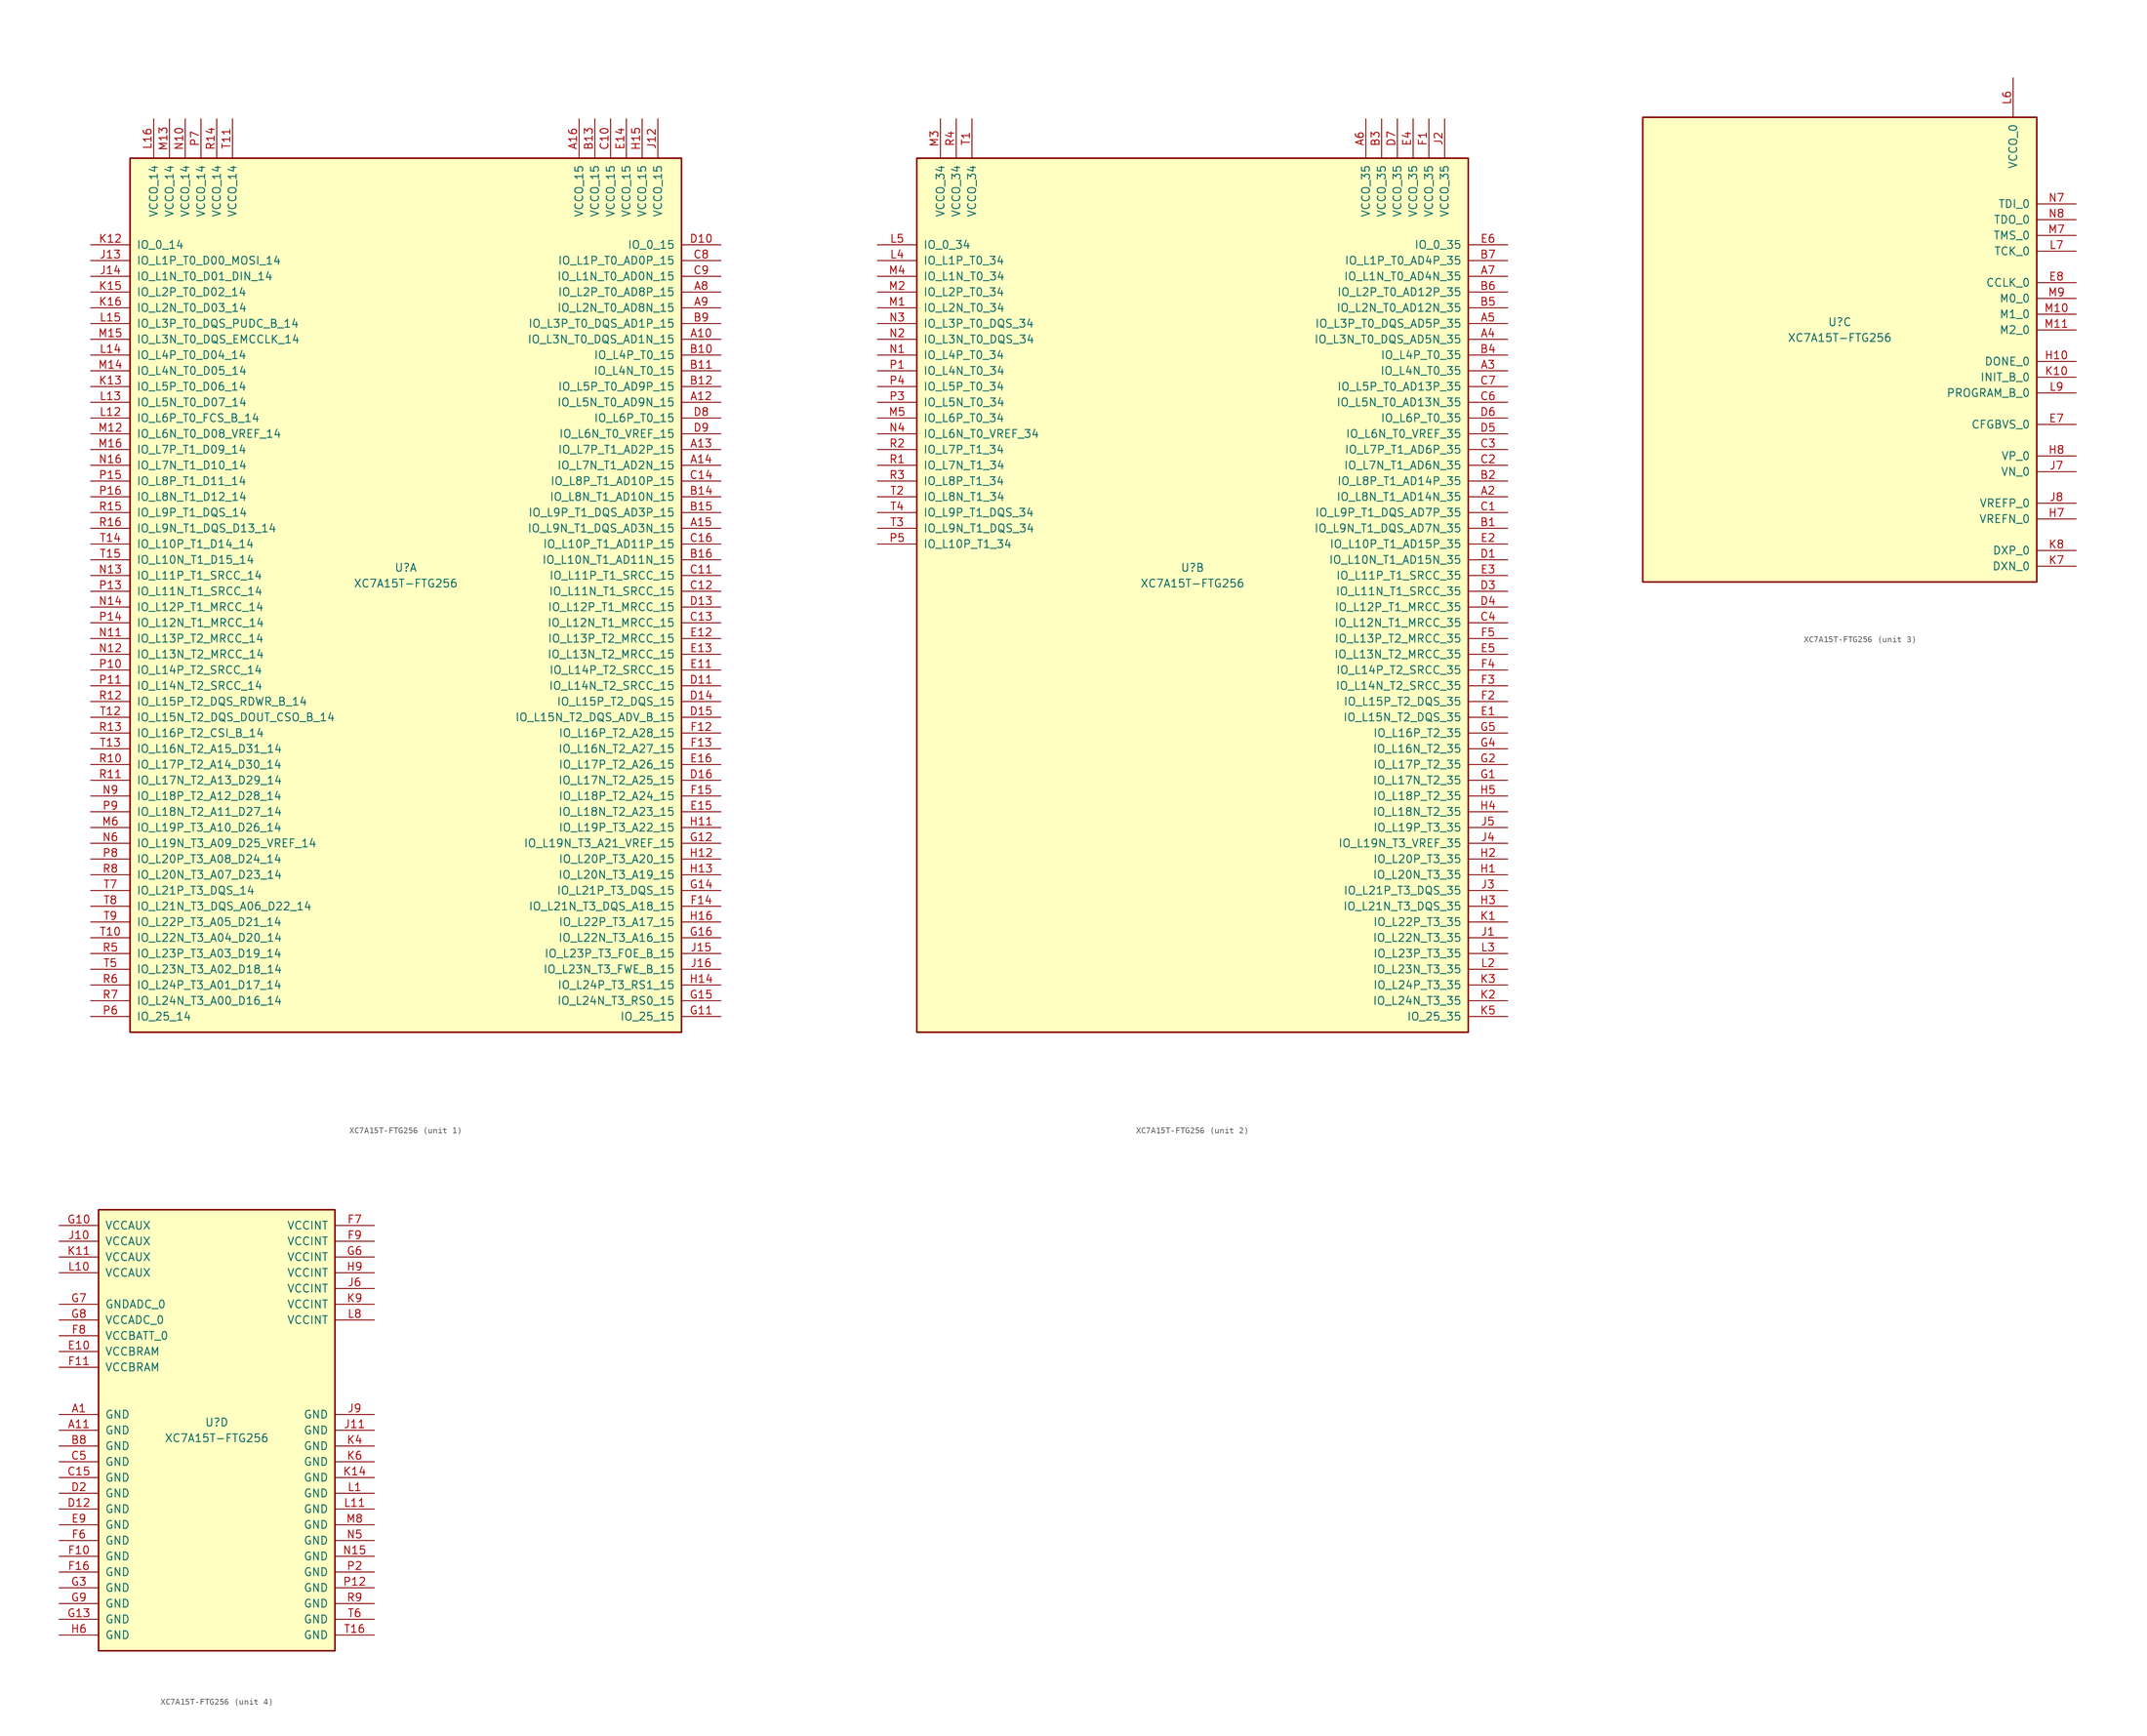
<source format=kicad_sym>
(kicad_symbol_lib
  (version 20241209)
  (generator "kicad_symbol_editor")
  (generator_version "9.0")
  (symbol "XC7A15T-FTG256"
    (pin_names
      (offset 1.016))
    (property "Reference" "U"
      (at 0 1.27 0)
      (effects (font (size 1.27 1.27))))
    (property "Value" "XC7A15T-FTG256"
      (at 0 -1.27 0)
      (effects (font (size 1.27 1.27))))
    (property "Datasheet" ""
      (at 0 0 0)
      (effects (font (size 1.27 1.27))))
    (property "ki_locked" ""
      (at 0 0 0)
      (effects (font (size 1.27 1.27))))
    (symbol "XC7A15T-FTG256_1_1"
      (rectangle (start -44.45 67.31) (end 44.45 -73.66) (stroke (width 0.254) (type default)) (fill (type background)))
      (pin bidirectional line (at -50.8 53.34 0) (length 6.35) (name "IO_0_14" (effects (font (size 1.27 1.27)))) (number "K12" (effects (font (size 1.27 1.27)))))
      (pin bidirectional line (at -50.8 50.8 0) (length 6.35) (name "IO_L1P_T0_D00_MOSI_14" (effects (font (size 1.27 1.27)))) (number "J13" (effects (font (size 1.27 1.27)))))
      (pin bidirectional line (at -50.8 48.26 0) (length 6.35) (name "IO_L1N_T0_D01_DIN_14" (effects (font (size 1.27 1.27)))) (number "J14" (effects (font (size 1.27 1.27)))))
      (pin bidirectional line (at -50.8 45.72 0) (length 6.35) (name "IO_L2P_T0_D02_14" (effects (font (size 1.27 1.27)))) (number "K15" (effects (font (size 1.27 1.27)))))
      (pin bidirectional line (at -50.8 43.18 0) (length 6.35) (name "IO_L2N_T0_D03_14" (effects (font (size 1.27 1.27)))) (number "K16" (effects (font (size 1.27 1.27)))))
      (pin bidirectional line (at -50.8 40.64 0) (length 6.35) (name "IO_L3P_T0_DQS_PUDC_B_14" (effects (font (size 1.27 1.27)))) (number "L15" (effects (font (size 1.27 1.27)))))
      (pin bidirectional line (at -50.8 38.1 0) (length 6.35) (name "IO_L3N_T0_DQS_EMCCLK_14" (effects (font (size 1.27 1.27)))) (number "M15" (effects (font (size 1.27 1.27)))))
      (pin bidirectional line (at -50.8 35.56 0) (length 6.35) (name "IO_L4P_T0_D04_14" (effects (font (size 1.27 1.27)))) (number "L14" (effects (font (size 1.27 1.27)))))
      (pin bidirectional line (at -50.8 33.02 0) (length 6.35) (name "IO_L4N_T0_D05_14" (effects (font (size 1.27 1.27)))) (number "M14" (effects (font (size 1.27 1.27)))))
      (pin bidirectional line (at -50.8 30.48 0) (length 6.35) (name "IO_L5P_T0_D06_14" (effects (font (size 1.27 1.27)))) (number "K13" (effects (font (size 1.27 1.27)))))
      (pin bidirectional line (at -50.8 27.94 0) (length 6.35) (name "IO_L5N_T0_D07_14" (effects (font (size 1.27 1.27)))) (number "L13" (effects (font (size 1.27 1.27)))))
      (pin bidirectional line (at -50.8 25.4 0) (length 6.35) (name "IO_L6P_T0_FCS_B_14" (effects (font (size 1.27 1.27)))) (number "L12" (effects (font (size 1.27 1.27)))))
      (pin bidirectional line (at -50.8 22.86 0) (length 6.35) (name "IO_L6N_T0_D08_VREF_14" (effects (font (size 1.27 1.27)))) (number "M12" (effects (font (size 1.27 1.27)))))
      (pin bidirectional line (at -50.8 20.32 0) (length 6.35) (name "IO_L7P_T1_D09_14" (effects (font (size 1.27 1.27)))) (number "M16" (effects (font (size 1.27 1.27)))))
      (pin bidirectional line (at -50.8 17.78 0) (length 6.35) (name "IO_L7N_T1_D10_14" (effects (font (size 1.27 1.27)))) (number "N16" (effects (font (size 1.27 1.27)))))
      (pin bidirectional line (at -50.8 15.24 0) (length 6.35) (name "IO_L8P_T1_D11_14" (effects (font (size 1.27 1.27)))) (number "P15" (effects (font (size 1.27 1.27)))))
      (pin bidirectional line (at -50.8 12.7 0) (length 6.35) (name "IO_L8N_T1_D12_14" (effects (font (size 1.27 1.27)))) (number "P16" (effects (font (size 1.27 1.27)))))
      (pin bidirectional line (at -50.8 10.16 0) (length 6.35) (name "IO_L9P_T1_DQS_14" (effects (font (size 1.27 1.27)))) (number "R15" (effects (font (size 1.27 1.27)))))
      (pin bidirectional line (at -50.8 7.62 0) (length 6.35) (name "IO_L9N_T1_DQS_D13_14" (effects (font (size 1.27 1.27)))) (number "R16" (effects (font (size 1.27 1.27)))))
      (pin bidirectional line (at -50.8 5.08 0) (length 6.35) (name "IO_L10P_T1_D14_14" (effects (font (size 1.27 1.27)))) (number "T14" (effects (font (size 1.27 1.27)))))
      (pin bidirectional line (at -50.8 2.54 0) (length 6.35) (name "IO_L10N_T1_D15_14" (effects (font (size 1.27 1.27)))) (number "T15" (effects (font (size 1.27 1.27)))))
      (pin bidirectional line (at -50.8 0 0) (length 6.35) (name "IO_L11P_T1_SRCC_14" (effects (font (size 1.27 1.27)))) (number "N13" (effects (font (size 1.27 1.27)))))
      (pin bidirectional line (at -50.8 -2.54 0) (length 6.35) (name "IO_L11N_T1_SRCC_14" (effects (font (size 1.27 1.27)))) (number "P13" (effects (font (size 1.27 1.27)))))
      (pin bidirectional line (at -50.8 -5.08 0) (length 6.35) (name "IO_L12P_T1_MRCC_14" (effects (font (size 1.27 1.27)))) (number "N14" (effects (font (size 1.27 1.27)))))
      (pin bidirectional line (at -50.8 -7.62 0) (length 6.35) (name "IO_L12N_T1_MRCC_14" (effects (font (size 1.27 1.27)))) (number "P14" (effects (font (size 1.27 1.27)))))
      (pin bidirectional line (at -50.8 -10.16 0) (length 6.35) (name "IO_L13P_T2_MRCC_14" (effects (font (size 1.27 1.27)))) (number "N11" (effects (font (size 1.27 1.27)))))
      (pin bidirectional line (at -50.8 -12.7 0) (length 6.35) (name "IO_L13N_T2_MRCC_14" (effects (font (size 1.27 1.27)))) (number "N12" (effects (font (size 1.27 1.27)))))
      (pin bidirectional line (at -50.8 -15.24 0) (length 6.35) (name "IO_L14P_T2_SRCC_14" (effects (font (size 1.27 1.27)))) (number "P10" (effects (font (size 1.27 1.27)))))
      (pin bidirectional line (at -50.8 -17.78 0) (length 6.35) (name "IO_L14N_T2_SRCC_14" (effects (font (size 1.27 1.27)))) (number "P11" (effects (font (size 1.27 1.27)))))
      (pin bidirectional line (at -50.8 -20.32 0) (length 6.35) (name "IO_L15P_T2_DQS_RDWR_B_14" (effects (font (size 1.27 1.27)))) (number "R12" (effects (font (size 1.27 1.27)))))
      (pin bidirectional line (at -50.8 -22.86 0) (length 6.35) (name "IO_L15N_T2_DQS_DOUT_CSO_B_14" (effects (font (size 1.27 1.27)))) (number "T12" (effects (font (size 1.27 1.27)))))
      (pin bidirectional line (at -50.8 -25.4 0) (length 6.35) (name "IO_L16P_T2_CSI_B_14" (effects (font (size 1.27 1.27)))) (number "R13" (effects (font (size 1.27 1.27)))))
      (pin bidirectional line (at -50.8 -27.94 0) (length 6.35) (name "IO_L16N_T2_A15_D31_14" (effects (font (size 1.27 1.27)))) (number "T13" (effects (font (size 1.27 1.27)))))
      (pin bidirectional line (at -50.8 -30.48 0) (length 6.35) (name "IO_L17P_T2_A14_D30_14" (effects (font (size 1.27 1.27)))) (number "R10" (effects (font (size 1.27 1.27)))))
      (pin bidirectional line (at -50.8 -33.02 0) (length 6.35) (name "IO_L17N_T2_A13_D29_14" (effects (font (size 1.27 1.27)))) (number "R11" (effects (font (size 1.27 1.27)))))
      (pin bidirectional line (at -50.8 -35.56 0) (length 6.35) (name "IO_L18P_T2_A12_D28_14" (effects (font (size 1.27 1.27)))) (number "N9" (effects (font (size 1.27 1.27)))))
      (pin bidirectional line (at -50.8 -38.1 0) (length 6.35) (name "IO_L18N_T2_A11_D27_14" (effects (font (size 1.27 1.27)))) (number "P9" (effects (font (size 1.27 1.27)))))
      (pin bidirectional line (at -50.8 -40.64 0) (length 6.35) (name "IO_L19P_T3_A10_D26_14" (effects (font (size 1.27 1.27)))) (number "M6" (effects (font (size 1.27 1.27)))))
      (pin bidirectional line (at -50.8 -43.18 0) (length 6.35) (name "IO_L19N_T3_A09_D25_VREF_14" (effects (font (size 1.27 1.27)))) (number "N6" (effects (font (size 1.27 1.27)))))
      (pin bidirectional line (at -50.8 -45.72 0) (length 6.35) (name "IO_L20P_T3_A08_D24_14" (effects (font (size 1.27 1.27)))) (number "P8" (effects (font (size 1.27 1.27)))))
      (pin bidirectional line (at -50.8 -48.26 0) (length 6.35) (name "IO_L20N_T3_A07_D23_14" (effects (font (size 1.27 1.27)))) (number "R8" (effects (font (size 1.27 1.27)))))
      (pin bidirectional line (at -50.8 -50.8 0) (length 6.35) (name "IO_L21P_T3_DQS_14" (effects (font (size 1.27 1.27)))) (number "T7" (effects (font (size 1.27 1.27)))))
      (pin bidirectional line (at -50.8 -53.34 0) (length 6.35) (name "IO_L21N_T3_DQS_A06_D22_14" (effects (font (size 1.27 1.27)))) (number "T8" (effects (font (size 1.27 1.27)))))
      (pin bidirectional line (at -50.8 -55.88 0) (length 6.35) (name "IO_L22P_T3_A05_D21_14" (effects (font (size 1.27 1.27)))) (number "T9" (effects (font (size 1.27 1.27)))))
      (pin bidirectional line (at -50.8 -58.42 0) (length 6.35) (name "IO_L22N_T3_A04_D20_14" (effects (font (size 1.27 1.27)))) (number "T10" (effects (font (size 1.27 1.27)))))
      (pin bidirectional line (at -50.8 -60.96 0) (length 6.35) (name "IO_L23P_T3_A03_D19_14" (effects (font (size 1.27 1.27)))) (number "R5" (effects (font (size 1.27 1.27)))))
      (pin bidirectional line (at -50.8 -63.5 0) (length 6.35) (name "IO_L23N_T3_A02_D18_14" (effects (font (size 1.27 1.27)))) (number "T5" (effects (font (size 1.27 1.27)))))
      (pin bidirectional line (at -50.8 -66.04 0) (length 6.35) (name "IO_L24P_T3_A01_D17_14" (effects (font (size 1.27 1.27)))) (number "R6" (effects (font (size 1.27 1.27)))))
      (pin bidirectional line (at -50.8 -68.58 0) (length 6.35) (name "IO_L24N_T3_A00_D16_14" (effects (font (size 1.27 1.27)))) (number "R7" (effects (font (size 1.27 1.27)))))
      (pin bidirectional line (at -50.8 -71.12 0) (length 6.35) (name "IO_25_14" (effects (font (size 1.27 1.27)))) (number "P6" (effects (font (size 1.27 1.27)))))
      (pin power_in line (at -40.64 73.66 270) (length 6.35) (name "VCCO_14" (effects (font (size 1.27 1.27)))) (number "L16" (effects (font (size 1.27 1.27)))))
      (pin power_in line (at -38.1 73.66 270) (length 6.35) (name "VCCO_14" (effects (font (size 1.27 1.27)))) (number "M13" (effects (font (size 1.27 1.27)))))
      (pin power_in line (at -35.56 73.66 270) (length 6.35) (name "VCCO_14" (effects (font (size 1.27 1.27)))) (number "N10" (effects (font (size 1.27 1.27)))))
      (pin power_in line (at -33.02 73.66 270) (length 6.35) (name "VCCO_14" (effects (font (size 1.27 1.27)))) (number "P7" (effects (font (size 1.27 1.27)))))
      (pin power_in line (at -30.48 73.66 270) (length 6.35) (name "VCCO_14" (effects (font (size 1.27 1.27)))) (number "R14" (effects (font (size 1.27 1.27)))))
      (pin power_in line (at -27.94 73.66 270) (length 6.35) (name "VCCO_14" (effects (font (size 1.27 1.27)))) (number "T11" (effects (font (size 1.27 1.27)))))
      (pin power_in line (at 27.94 73.66 270) (length 6.35) (name "VCCO_15" (effects (font (size 1.27 1.27)))) (number "A16" (effects (font (size 1.27 1.27)))))
      (pin power_in line (at 30.48 73.66 270) (length 6.35) (name "VCCO_15" (effects (font (size 1.27 1.27)))) (number "B13" (effects (font (size 1.27 1.27)))))
      (pin power_in line (at 33.02 73.66 270) (length 6.35) (name "VCCO_15" (effects (font (size 1.27 1.27)))) (number "C10" (effects (font (size 1.27 1.27)))))
      (pin power_in line (at 35.56 73.66 270) (length 6.35) (name "VCCO_15" (effects (font (size 1.27 1.27)))) (number "E14" (effects (font (size 1.27 1.27)))))
      (pin power_in line (at 38.1 73.66 270) (length 6.35) (name "VCCO_15" (effects (font (size 1.27 1.27)))) (number "H15" (effects (font (size 1.27 1.27)))))
      (pin power_in line (at 40.64 73.66 270) (length 6.35) (name "VCCO_15" (effects (font (size 1.27 1.27)))) (number "J12" (effects (font (size 1.27 1.27)))))
      (pin bidirectional line (at 50.8 53.34 180) (length 6.35) (name "IO_0_15" (effects (font (size 1.27 1.27)))) (number "D10" (effects (font (size 1.27 1.27)))))
      (pin bidirectional line (at 50.8 50.8 180) (length 6.35) (name "IO_L1P_T0_AD0P_15" (effects (font (size 1.27 1.27)))) (number "C8" (effects (font (size 1.27 1.27)))))
      (pin bidirectional line (at 50.8 48.26 180) (length 6.35) (name "IO_L1N_T0_AD0N_15" (effects (font (size 1.27 1.27)))) (number "C9" (effects (font (size 1.27 1.27)))))
      (pin bidirectional line (at 50.8 45.72 180) (length 6.35) (name "IO_L2P_T0_AD8P_15" (effects (font (size 1.27 1.27)))) (number "A8" (effects (font (size 1.27 1.27)))))
      (pin bidirectional line (at 50.8 43.18 180) (length 6.35) (name "IO_L2N_T0_AD8N_15" (effects (font (size 1.27 1.27)))) (number "A9" (effects (font (size 1.27 1.27)))))
      (pin bidirectional line (at 50.8 40.64 180) (length 6.35) (name "IO_L3P_T0_DQS_AD1P_15" (effects (font (size 1.27 1.27)))) (number "B9" (effects (font (size 1.27 1.27)))))
      (pin bidirectional line (at 50.8 38.1 180) (length 6.35) (name "IO_L3N_T0_DQS_AD1N_15" (effects (font (size 1.27 1.27)))) (number "A10" (effects (font (size 1.27 1.27)))))
      (pin bidirectional line (at 50.8 35.56 180) (length 6.35) (name "IO_L4P_T0_15" (effects (font (size 1.27 1.27)))) (number "B10" (effects (font (size 1.27 1.27)))))
      (pin bidirectional line (at 50.8 33.02 180) (length 6.35) (name "IO_L4N_T0_15" (effects (font (size 1.27 1.27)))) (number "B11" (effects (font (size 1.27 1.27)))))
      (pin bidirectional line (at 50.8 30.48 180) (length 6.35) (name "IO_L5P_T0_AD9P_15" (effects (font (size 1.27 1.27)))) (number "B12" (effects (font (size 1.27 1.27)))))
      (pin bidirectional line (at 50.8 27.94 180) (length 6.35) (name "IO_L5N_T0_AD9N_15" (effects (font (size 1.27 1.27)))) (number "A12" (effects (font (size 1.27 1.27)))))
      (pin bidirectional line (at 50.8 25.4 180) (length 6.35) (name "IO_L6P_T0_15" (effects (font (size 1.27 1.27)))) (number "D8" (effects (font (size 1.27 1.27)))))
      (pin bidirectional line (at 50.8 22.86 180) (length 6.35) (name "IO_L6N_T0_VREF_15" (effects (font (size 1.27 1.27)))) (number "D9" (effects (font (size 1.27 1.27)))))
      (pin bidirectional line (at 50.8 20.32 180) (length 6.35) (name "IO_L7P_T1_AD2P_15" (effects (font (size 1.27 1.27)))) (number "A13" (effects (font (size 1.27 1.27)))))
      (pin bidirectional line (at 50.8 17.78 180) (length 6.35) (name "IO_L7N_T1_AD2N_15" (effects (font (size 1.27 1.27)))) (number "A14" (effects (font (size 1.27 1.27)))))
      (pin bidirectional line (at 50.8 15.24 180) (length 6.35) (name "IO_L8P_T1_AD10P_15" (effects (font (size 1.27 1.27)))) (number "C14" (effects (font (size 1.27 1.27)))))
      (pin bidirectional line (at 50.8 12.7 180) (length 6.35) (name "IO_L8N_T1_AD10N_15" (effects (font (size 1.27 1.27)))) (number "B14" (effects (font (size 1.27 1.27)))))
      (pin bidirectional line (at 50.8 10.16 180) (length 6.35) (name "IO_L9P_T1_DQS_AD3P_15" (effects (font (size 1.27 1.27)))) (number "B15" (effects (font (size 1.27 1.27)))))
      (pin bidirectional line (at 50.8 7.62 180) (length 6.35) (name "IO_L9N_T1_DQS_AD3N_15" (effects (font (size 1.27 1.27)))) (number "A15" (effects (font (size 1.27 1.27)))))
      (pin bidirectional line (at 50.8 5.08 180) (length 6.35) (name "IO_L10P_T1_AD11P_15" (effects (font (size 1.27 1.27)))) (number "C16" (effects (font (size 1.27 1.27)))))
      (pin bidirectional line (at 50.8 2.54 180) (length 6.35) (name "IO_L10N_T1_AD11N_15" (effects (font (size 1.27 1.27)))) (number "B16" (effects (font (size 1.27 1.27)))))
      (pin bidirectional line (at 50.8 0 180) (length 6.35) (name "IO_L11P_T1_SRCC_15" (effects (font (size 1.27 1.27)))) (number "C11" (effects (font (size 1.27 1.27)))))
      (pin bidirectional line (at 50.8 -2.54 180) (length 6.35) (name "IO_L11N_T1_SRCC_15" (effects (font (size 1.27 1.27)))) (number "C12" (effects (font (size 1.27 1.27)))))
      (pin bidirectional line (at 50.8 -5.08 180) (length 6.35) (name "IO_L12P_T1_MRCC_15" (effects (font (size 1.27 1.27)))) (number "D13" (effects (font (size 1.27 1.27)))))
      (pin bidirectional line (at 50.8 -7.62 180) (length 6.35) (name "IO_L12N_T1_MRCC_15" (effects (font (size 1.27 1.27)))) (number "C13" (effects (font (size 1.27 1.27)))))
      (pin bidirectional line (at 50.8 -10.16 180) (length 6.35) (name "IO_L13P_T2_MRCC_15" (effects (font (size 1.27 1.27)))) (number "E12" (effects (font (size 1.27 1.27)))))
      (pin bidirectional line (at 50.8 -12.7 180) (length 6.35) (name "IO_L13N_T2_MRCC_15" (effects (font (size 1.27 1.27)))) (number "E13" (effects (font (size 1.27 1.27)))))
      (pin bidirectional line (at 50.8 -15.24 180) (length 6.35) (name "IO_L14P_T2_SRCC_15" (effects (font (size 1.27 1.27)))) (number "E11" (effects (font (size 1.27 1.27)))))
      (pin bidirectional line (at 50.8 -17.78 180) (length 6.35) (name "IO_L14N_T2_SRCC_15" (effects (font (size 1.27 1.27)))) (number "D11" (effects (font (size 1.27 1.27)))))
      (pin bidirectional line (at 50.8 -20.32 180) (length 6.35) (name "IO_L15P_T2_DQS_15" (effects (font (size 1.27 1.27)))) (number "D14" (effects (font (size 1.27 1.27)))))
      (pin bidirectional line (at 50.8 -22.86 180) (length 6.35) (name "IO_L15N_T2_DQS_ADV_B_15" (effects (font (size 1.27 1.27)))) (number "D15" (effects (font (size 1.27 1.27)))))
      (pin bidirectional line (at 50.8 -25.4 180) (length 6.35) (name "IO_L16P_T2_A28_15" (effects (font (size 1.27 1.27)))) (number "F12" (effects (font (size 1.27 1.27)))))
      (pin bidirectional line (at 50.8 -27.94 180) (length 6.35) (name "IO_L16N_T2_A27_15" (effects (font (size 1.27 1.27)))) (number "F13" (effects (font (size 1.27 1.27)))))
      (pin bidirectional line (at 50.8 -30.48 180) (length 6.35) (name "IO_L17P_T2_A26_15" (effects (font (size 1.27 1.27)))) (number "E16" (effects (font (size 1.27 1.27)))))
      (pin bidirectional line (at 50.8 -33.02 180) (length 6.35) (name "IO_L17N_T2_A25_15" (effects (font (size 1.27 1.27)))) (number "D16" (effects (font (size 1.27 1.27)))))
      (pin bidirectional line (at 50.8 -35.56 180) (length 6.35) (name "IO_L18P_T2_A24_15" (effects (font (size 1.27 1.27)))) (number "F15" (effects (font (size 1.27 1.27)))))
      (pin bidirectional line (at 50.8 -38.1 180) (length 6.35) (name "IO_L18N_T2_A23_15" (effects (font (size 1.27 1.27)))) (number "E15" (effects (font (size 1.27 1.27)))))
      (pin bidirectional line (at 50.8 -40.64 180) (length 6.35) (name "IO_L19P_T3_A22_15" (effects (font (size 1.27 1.27)))) (number "H11" (effects (font (size 1.27 1.27)))))
      (pin bidirectional line (at 50.8 -43.18 180) (length 6.35) (name "IO_L19N_T3_A21_VREF_15" (effects (font (size 1.27 1.27)))) (number "G12" (effects (font (size 1.27 1.27)))))
      (pin bidirectional line (at 50.8 -45.72 180) (length 6.35) (name "IO_L20P_T3_A20_15" (effects (font (size 1.27 1.27)))) (number "H12" (effects (font (size 1.27 1.27)))))
      (pin bidirectional line (at 50.8 -48.26 180) (length 6.35) (name "IO_L20N_T3_A19_15" (effects (font (size 1.27 1.27)))) (number "H13" (effects (font (size 1.27 1.27)))))
      (pin bidirectional line (at 50.8 -50.8 180) (length 6.35) (name "IO_L21P_T3_DQS_15" (effects (font (size 1.27 1.27)))) (number "G14" (effects (font (size 1.27 1.27)))))
      (pin bidirectional line (at 50.8 -53.34 180) (length 6.35) (name "IO_L21N_T3_DQS_A18_15" (effects (font (size 1.27 1.27)))) (number "F14" (effects (font (size 1.27 1.27)))))
      (pin bidirectional line (at 50.8 -55.88 180) (length 6.35) (name "IO_L22P_T3_A17_15" (effects (font (size 1.27 1.27)))) (number "H16" (effects (font (size 1.27 1.27)))))
      (pin bidirectional line (at 50.8 -58.42 180) (length 6.35) (name "IO_L22N_T3_A16_15" (effects (font (size 1.27 1.27)))) (number "G16" (effects (font (size 1.27 1.27)))))
      (pin bidirectional line (at 50.8 -60.96 180) (length 6.35) (name "IO_L23P_T3_FOE_B_15" (effects (font (size 1.27 1.27)))) (number "J15" (effects (font (size 1.27 1.27)))))
      (pin bidirectional line (at 50.8 -63.5 180) (length 6.35) (name "IO_L23N_T3_FWE_B_15" (effects (font (size 1.27 1.27)))) (number "J16" (effects (font (size 1.27 1.27)))))
      (pin bidirectional line (at 50.8 -66.04 180) (length 6.35) (name "IO_L24P_T3_RS1_15" (effects (font (size 1.27 1.27)))) (number "H14" (effects (font (size 1.27 1.27)))))
      (pin bidirectional line (at 50.8 -68.58 180) (length 6.35) (name "IO_L24N_T3_RS0_15" (effects (font (size 1.27 1.27)))) (number "G15" (effects (font (size 1.27 1.27)))))
      (pin bidirectional line (at 50.8 -71.12 180) (length 6.35) (name "IO_25_15" (effects (font (size 1.27 1.27)))) (number "G11" (effects (font (size 1.27 1.27))))))
    (symbol "XC7A15T-FTG256_2_1"
      (rectangle (start -44.45 67.31) (end 44.45 -73.66) (stroke (width 0.254) (type default)) (fill (type background)))
      (pin bidirectional line (at -50.8 53.34 0) (length 6.35) (name "IO_0_34" (effects (font (size 1.27 1.27)))) (number "L5" (effects (font (size 1.27 1.27)))))
      (pin bidirectional line (at -50.8 50.8 0) (length 6.35) (name "IO_L1P_T0_34" (effects (font (size 1.27 1.27)))) (number "L4" (effects (font (size 1.27 1.27)))))
      (pin bidirectional line (at -50.8 48.26 0) (length 6.35) (name "IO_L1N_T0_34" (effects (font (size 1.27 1.27)))) (number "M4" (effects (font (size 1.27 1.27)))))
      (pin bidirectional line (at -50.8 45.72 0) (length 6.35) (name "IO_L2P_T0_34" (effects (font (size 1.27 1.27)))) (number "M2" (effects (font (size 1.27 1.27)))))
      (pin bidirectional line (at -50.8 43.18 0) (length 6.35) (name "IO_L2N_T0_34" (effects (font (size 1.27 1.27)))) (number "M1" (effects (font (size 1.27 1.27)))))
      (pin bidirectional line (at -50.8 40.64 0) (length 6.35) (name "IO_L3P_T0_DQS_34" (effects (font (size 1.27 1.27)))) (number "N3" (effects (font (size 1.27 1.27)))))
      (pin bidirectional line (at -50.8 38.1 0) (length 6.35) (name "IO_L3N_T0_DQS_34" (effects (font (size 1.27 1.27)))) (number "N2" (effects (font (size 1.27 1.27)))))
      (pin bidirectional line (at -50.8 35.56 0) (length 6.35) (name "IO_L4P_T0_34" (effects (font (size 1.27 1.27)))) (number "N1" (effects (font (size 1.27 1.27)))))
      (pin bidirectional line (at -50.8 33.02 0) (length 6.35) (name "IO_L4N_T0_34" (effects (font (size 1.27 1.27)))) (number "P1" (effects (font (size 1.27 1.27)))))
      (pin bidirectional line (at -50.8 30.48 0) (length 6.35) (name "IO_L5P_T0_34" (effects (font (size 1.27 1.27)))) (number "P4" (effects (font (size 1.27 1.27)))))
      (pin bidirectional line (at -50.8 27.94 0) (length 6.35) (name "IO_L5N_T0_34" (effects (font (size 1.27 1.27)))) (number "P3" (effects (font (size 1.27 1.27)))))
      (pin bidirectional line (at -50.8 25.4 0) (length 6.35) (name "IO_L6P_T0_34" (effects (font (size 1.27 1.27)))) (number "M5" (effects (font (size 1.27 1.27)))))
      (pin bidirectional line (at -50.8 22.86 0) (length 6.35) (name "IO_L6N_T0_VREF_34" (effects (font (size 1.27 1.27)))) (number "N4" (effects (font (size 1.27 1.27)))))
      (pin bidirectional line (at -50.8 20.32 0) (length 6.35) (name "IO_L7P_T1_34" (effects (font (size 1.27 1.27)))) (number "R2" (effects (font (size 1.27 1.27)))))
      (pin bidirectional line (at -50.8 17.78 0) (length 6.35) (name "IO_L7N_T1_34" (effects (font (size 1.27 1.27)))) (number "R1" (effects (font (size 1.27 1.27)))))
      (pin bidirectional line (at -50.8 15.24 0) (length 6.35) (name "IO_L8P_T1_34" (effects (font (size 1.27 1.27)))) (number "R3" (effects (font (size 1.27 1.27)))))
      (pin bidirectional line (at -50.8 12.7 0) (length 6.35) (name "IO_L8N_T1_34" (effects (font (size 1.27 1.27)))) (number "T2" (effects (font (size 1.27 1.27)))))
      (pin bidirectional line (at -50.8 10.16 0) (length 6.35) (name "IO_L9P_T1_DQS_34" (effects (font (size 1.27 1.27)))) (number "T4" (effects (font (size 1.27 1.27)))))
      (pin bidirectional line (at -50.8 7.62 0) (length 6.35) (name "IO_L9N_T1_DQS_34" (effects (font (size 1.27 1.27)))) (number "T3" (effects (font (size 1.27 1.27)))))
      (pin bidirectional line (at -50.8 5.08 0) (length 6.35) (name "IO_L10P_T1_34" (effects (font (size 1.27 1.27)))) (number "P5" (effects (font (size 1.27 1.27)))))
      (pin power_in line (at -40.64 73.66 270) (length 6.35) (name "VCCO_34" (effects (font (size 1.27 1.27)))) (number "M3" (effects (font (size 1.27 1.27)))))
      (pin power_in line (at -38.1 73.66 270) (length 6.35) (name "VCCO_34" (effects (font (size 1.27 1.27)))) (number "R4" (effects (font (size 1.27 1.27)))))
      (pin power_in line (at -35.56 73.66 270) (length 6.35) (name "VCCO_34" (effects (font (size 1.27 1.27)))) (number "T1" (effects (font (size 1.27 1.27)))))
      (pin power_in line (at 27.94 73.66 270) (length 6.35) (name "VCCO_35" (effects (font (size 1.27 1.27)))) (number "A6" (effects (font (size 1.27 1.27)))))
      (pin power_in line (at 30.48 73.66 270) (length 6.35) (name "VCCO_35" (effects (font (size 1.27 1.27)))) (number "B3" (effects (font (size 1.27 1.27)))))
      (pin power_in line (at 33.02 73.66 270) (length 6.35) (name "VCCO_35" (effects (font (size 1.27 1.27)))) (number "D7" (effects (font (size 1.27 1.27)))))
      (pin power_in line (at 35.56 73.66 270) (length 6.35) (name "VCCO_35" (effects (font (size 1.27 1.27)))) (number "E4" (effects (font (size 1.27 1.27)))))
      (pin power_in line (at 38.1 73.66 270) (length 6.35) (name "VCCO_35" (effects (font (size 1.27 1.27)))) (number "F1" (effects (font (size 1.27 1.27)))))
      (pin power_in line (at 40.64 73.66 270) (length 6.35) (name "VCCO_35" (effects (font (size 1.27 1.27)))) (number "J2" (effects (font (size 1.27 1.27)))))
      (pin bidirectional line (at 50.8 53.34 180) (length 6.35) (name "IO_0_35" (effects (font (size 1.27 1.27)))) (number "E6" (effects (font (size 1.27 1.27)))))
      (pin bidirectional line (at 50.8 50.8 180) (length 6.35) (name "IO_L1P_T0_AD4P_35" (effects (font (size 1.27 1.27)))) (number "B7" (effects (font (size 1.27 1.27)))))
      (pin bidirectional line (at 50.8 48.26 180) (length 6.35) (name "IO_L1N_T0_AD4N_35" (effects (font (size 1.27 1.27)))) (number "A7" (effects (font (size 1.27 1.27)))))
      (pin bidirectional line (at 50.8 45.72 180) (length 6.35) (name "IO_L2P_T0_AD12P_35" (effects (font (size 1.27 1.27)))) (number "B6" (effects (font (size 1.27 1.27)))))
      (pin bidirectional line (at 50.8 43.18 180) (length 6.35) (name "IO_L2N_T0_AD12N_35" (effects (font (size 1.27 1.27)))) (number "B5" (effects (font (size 1.27 1.27)))))
      (pin bidirectional line (at 50.8 40.64 180) (length 6.35) (name "IO_L3P_T0_DQS_AD5P_35" (effects (font (size 1.27 1.27)))) (number "A5" (effects (font (size 1.27 1.27)))))
      (pin bidirectional line (at 50.8 38.1 180) (length 6.35) (name "IO_L3N_T0_DQS_AD5N_35" (effects (font (size 1.27 1.27)))) (number "A4" (effects (font (size 1.27 1.27)))))
      (pin bidirectional line (at 50.8 35.56 180) (length 6.35) (name "IO_L4P_T0_35" (effects (font (size 1.27 1.27)))) (number "B4" (effects (font (size 1.27 1.27)))))
      (pin bidirectional line (at 50.8 33.02 180) (length 6.35) (name "IO_L4N_T0_35" (effects (font (size 1.27 1.27)))) (number "A3" (effects (font (size 1.27 1.27)))))
      (pin bidirectional line (at 50.8 30.48 180) (length 6.35) (name "IO_L5P_T0_AD13P_35" (effects (font (size 1.27 1.27)))) (number "C7" (effects (font (size 1.27 1.27)))))
      (pin bidirectional line (at 50.8 27.94 180) (length 6.35) (name "IO_L5N_T0_AD13N_35" (effects (font (size 1.27 1.27)))) (number "C6" (effects (font (size 1.27 1.27)))))
      (pin bidirectional line (at 50.8 25.4 180) (length 6.35) (name "IO_L6P_T0_35" (effects (font (size 1.27 1.27)))) (number "D6" (effects (font (size 1.27 1.27)))))
      (pin bidirectional line (at 50.8 22.86 180) (length 6.35) (name "IO_L6N_T0_VREF_35" (effects (font (size 1.27 1.27)))) (number "D5" (effects (font (size 1.27 1.27)))))
      (pin bidirectional line (at 50.8 20.32 180) (length 6.35) (name "IO_L7P_T1_AD6P_35" (effects (font (size 1.27 1.27)))) (number "C3" (effects (font (size 1.27 1.27)))))
      (pin bidirectional line (at 50.8 17.78 180) (length 6.35) (name "IO_L7N_T1_AD6N_35" (effects (font (size 1.27 1.27)))) (number "C2" (effects (font (size 1.27 1.27)))))
      (pin bidirectional line (at 50.8 15.24 180) (length 6.35) (name "IO_L8P_T1_AD14P_35" (effects (font (size 1.27 1.27)))) (number "B2" (effects (font (size 1.27 1.27)))))
      (pin bidirectional line (at 50.8 12.7 180) (length 6.35) (name "IO_L8N_T1_AD14N_35" (effects (font (size 1.27 1.27)))) (number "A2" (effects (font (size 1.27 1.27)))))
      (pin bidirectional line (at 50.8 10.16 180) (length 6.35) (name "IO_L9P_T1_DQS_AD7P_35" (effects (font (size 1.27 1.27)))) (number "C1" (effects (font (size 1.27 1.27)))))
      (pin bidirectional line (at 50.8 7.62 180) (length 6.35) (name "IO_L9N_T1_DQS_AD7N_35" (effects (font (size 1.27 1.27)))) (number "B1" (effects (font (size 1.27 1.27)))))
      (pin bidirectional line (at 50.8 5.08 180) (length 6.35) (name "IO_L10P_T1_AD15P_35" (effects (font (size 1.27 1.27)))) (number "E2" (effects (font (size 1.27 1.27)))))
      (pin bidirectional line (at 50.8 2.54 180) (length 6.35) (name "IO_L10N_T1_AD15N_35" (effects (font (size 1.27 1.27)))) (number "D1" (effects (font (size 1.27 1.27)))))
      (pin bidirectional line (at 50.8 0 180) (length 6.35) (name "IO_L11P_T1_SRCC_35" (effects (font (size 1.27 1.27)))) (number "E3" (effects (font (size 1.27 1.27)))))
      (pin bidirectional line (at 50.8 -2.54 180) (length 6.35) (name "IO_L11N_T1_SRCC_35" (effects (font (size 1.27 1.27)))) (number "D3" (effects (font (size 1.27 1.27)))))
      (pin bidirectional line (at 50.8 -5.08 180) (length 6.35) (name "IO_L12P_T1_MRCC_35" (effects (font (size 1.27 1.27)))) (number "D4" (effects (font (size 1.27 1.27)))))
      (pin bidirectional line (at 50.8 -7.62 180) (length 6.35) (name "IO_L12N_T1_MRCC_35" (effects (font (size 1.27 1.27)))) (number "C4" (effects (font (size 1.27 1.27)))))
      (pin bidirectional line (at 50.8 -10.16 180) (length 6.35) (name "IO_L13P_T2_MRCC_35" (effects (font (size 1.27 1.27)))) (number "F5" (effects (font (size 1.27 1.27)))))
      (pin bidirectional line (at 50.8 -12.7 180) (length 6.35) (name "IO_L13N_T2_MRCC_35" (effects (font (size 1.27 1.27)))) (number "E5" (effects (font (size 1.27 1.27)))))
      (pin bidirectional line (at 50.8 -15.24 180) (length 6.35) (name "IO_L14P_T2_SRCC_35" (effects (font (size 1.27 1.27)))) (number "F4" (effects (font (size 1.27 1.27)))))
      (pin bidirectional line (at 50.8 -17.78 180) (length 6.35) (name "IO_L14N_T2_SRCC_35" (effects (font (size 1.27 1.27)))) (number "F3" (effects (font (size 1.27 1.27)))))
      (pin bidirectional line (at 50.8 -20.32 180) (length 6.35) (name "IO_L15P_T2_DQS_35" (effects (font (size 1.27 1.27)))) (number "F2" (effects (font (size 1.27 1.27)))))
      (pin bidirectional line (at 50.8 -22.86 180) (length 6.35) (name "IO_L15N_T2_DQS_35" (effects (font (size 1.27 1.27)))) (number "E1" (effects (font (size 1.27 1.27)))))
      (pin bidirectional line (at 50.8 -25.4 180) (length 6.35) (name "IO_L16P_T2_35" (effects (font (size 1.27 1.27)))) (number "G5" (effects (font (size 1.27 1.27)))))
      (pin bidirectional line (at 50.8 -27.94 180) (length 6.35) (name "IO_L16N_T2_35" (effects (font (size 1.27 1.27)))) (number "G4" (effects (font (size 1.27 1.27)))))
      (pin bidirectional line (at 50.8 -30.48 180) (length 6.35) (name "IO_L17P_T2_35" (effects (font (size 1.27 1.27)))) (number "G2" (effects (font (size 1.27 1.27)))))
      (pin bidirectional line (at 50.8 -33.02 180) (length 6.35) (name "IO_L17N_T2_35" (effects (font (size 1.27 1.27)))) (number "G1" (effects (font (size 1.27 1.27)))))
      (pin bidirectional line (at 50.8 -35.56 180) (length 6.35) (name "IO_L18P_T2_35" (effects (font (size 1.27 1.27)))) (number "H5" (effects (font (size 1.27 1.27)))))
      (pin bidirectional line (at 50.8 -38.1 180) (length 6.35) (name "IO_L18N_T2_35" (effects (font (size 1.27 1.27)))) (number "H4" (effects (font (size 1.27 1.27)))))
      (pin bidirectional line (at 50.8 -40.64 180) (length 6.35) (name "IO_L19P_T3_35" (effects (font (size 1.27 1.27)))) (number "J5" (effects (font (size 1.27 1.27)))))
      (pin bidirectional line (at 50.8 -43.18 180) (length 6.35) (name "IO_L19N_T3_VREF_35" (effects (font (size 1.27 1.27)))) (number "J4" (effects (font (size 1.27 1.27)))))
      (pin bidirectional line (at 50.8 -45.72 180) (length 6.35) (name "IO_L20P_T3_35" (effects (font (size 1.27 1.27)))) (number "H2" (effects (font (size 1.27 1.27)))))
      (pin bidirectional line (at 50.8 -48.26 180) (length 6.35) (name "IO_L20N_T3_35" (effects (font (size 1.27 1.27)))) (number "H1" (effects (font (size 1.27 1.27)))))
      (pin bidirectional line (at 50.8 -50.8 180) (length 6.35) (name "IO_L21P_T3_DQS_35" (effects (font (size 1.27 1.27)))) (number "J3" (effects (font (size 1.27 1.27)))))
      (pin bidirectional line (at 50.8 -53.34 180) (length 6.35) (name "IO_L21N_T3_DQS_35" (effects (font (size 1.27 1.27)))) (number "H3" (effects (font (size 1.27 1.27)))))
      (pin bidirectional line (at 50.8 -55.88 180) (length 6.35) (name "IO_L22P_T3_35" (effects (font (size 1.27 1.27)))) (number "K1" (effects (font (size 1.27 1.27)))))
      (pin bidirectional line (at 50.8 -58.42 180) (length 6.35) (name "IO_L22N_T3_35" (effects (font (size 1.27 1.27)))) (number "J1" (effects (font (size 1.27 1.27)))))
      (pin bidirectional line (at 50.8 -60.96 180) (length 6.35) (name "IO_L23P_T3_35" (effects (font (size 1.27 1.27)))) (number "L3" (effects (font (size 1.27 1.27)))))
      (pin bidirectional line (at 50.8 -63.5 180) (length 6.35) (name "IO_L23N_T3_35" (effects (font (size 1.27 1.27)))) (number "L2" (effects (font (size 1.27 1.27)))))
      (pin bidirectional line (at 50.8 -66.04 180) (length 6.35) (name "IO_L24P_T3_35" (effects (font (size 1.27 1.27)))) (number "K3" (effects (font (size 1.27 1.27)))))
      (pin bidirectional line (at 50.8 -68.58 180) (length 6.35) (name "IO_L24N_T3_35" (effects (font (size 1.27 1.27)))) (number "K2" (effects (font (size 1.27 1.27)))))
      (pin bidirectional line (at 50.8 -71.12 180) (length 6.35) (name "IO_25_35" (effects (font (size 1.27 1.27)))) (number "K5" (effects (font (size 1.27 1.27))))))
    (symbol "XC7A15T-FTG256_3_1"
      (rectangle (start -31.75 34.29) (end 31.75 -40.64) (stroke (width 0.254) (type default)) (fill (type background)))
      (pin power_in line (at 27.94 40.64 270) (length 6.35) (name "VCCO_0" (effects (font (size 1.27 1.27)))) (number "L6" (effects (font (size 1.27 1.27)))))
      (pin bidirectional line (at 38.1 20.32 180) (length 6.35) (name "TDI_0" (effects (font (size 1.27 1.27)))) (number "N7" (effects (font (size 1.27 1.27)))))
      (pin bidirectional line (at 38.1 17.78 180) (length 6.35) (name "TDO_0" (effects (font (size 1.27 1.27)))) (number "N8" (effects (font (size 1.27 1.27)))))
      (pin bidirectional line (at 38.1 15.24 180) (length 6.35) (name "TMS_0" (effects (font (size 1.27 1.27)))) (number "M7" (effects (font (size 1.27 1.27)))))
      (pin bidirectional line (at 38.1 12.7 180) (length 6.35) (name "TCK_0" (effects (font (size 1.27 1.27)))) (number "L7" (effects (font (size 1.27 1.27)))))
      (pin bidirectional line (at 38.1 7.62 180) (length 6.35) (name "CCLK_0" (effects (font (size 1.27 1.27)))) (number "E8" (effects (font (size 1.27 1.27)))))
      (pin bidirectional line (at 38.1 5.08 180) (length 6.35) (name "M0_0" (effects (font (size 1.27 1.27)))) (number "M9" (effects (font (size 1.27 1.27)))))
      (pin bidirectional line (at 38.1 2.54 180) (length 6.35) (name "M1_0" (effects (font (size 1.27 1.27)))) (number "M10" (effects (font (size 1.27 1.27)))))
      (pin bidirectional line (at 38.1 0 180) (length 6.35) (name "M2_0" (effects (font (size 1.27 1.27)))) (number "M11" (effects (font (size 1.27 1.27)))))
      (pin bidirectional line (at 38.1 -5.08 180) (length 6.35) (name "DONE_0" (effects (font (size 1.27 1.27)))) (number "H10" (effects (font (size 1.27 1.27)))))
      (pin bidirectional line (at 38.1 -7.62 180) (length 6.35) (name "INIT_B_0" (effects (font (size 1.27 1.27)))) (number "K10" (effects (font (size 1.27 1.27)))))
      (pin bidirectional line (at 38.1 -10.16 180) (length 6.35) (name "PROGRAM_B_0" (effects (font (size 1.27 1.27)))) (number "L9" (effects (font (size 1.27 1.27)))))
      (pin bidirectional line (at 38.1 -15.24 180) (length 6.35) (name "CFGBVS_0" (effects (font (size 1.27 1.27)))) (number "E7" (effects (font (size 1.27 1.27)))))
      (pin bidirectional line (at 38.1 -20.32 180) (length 6.35) (name "VP_0" (effects (font (size 1.27 1.27)))) (number "H8" (effects (font (size 1.27 1.27)))))
      (pin bidirectional line (at 38.1 -22.86 180) (length 6.35) (name "VN_0" (effects (font (size 1.27 1.27)))) (number "J7" (effects (font (size 1.27 1.27)))))
      (pin bidirectional line (at 38.1 -27.94 180) (length 6.35) (name "VREFP_0" (effects (font (size 1.27 1.27)))) (number "J8" (effects (font (size 1.27 1.27)))))
      (pin bidirectional line (at 38.1 -30.48 180) (length 6.35) (name "VREFN_0" (effects (font (size 1.27 1.27)))) (number "H7" (effects (font (size 1.27 1.27)))))
      (pin bidirectional line (at 38.1 -35.56 180) (length 6.35) (name "DXP_0" (effects (font (size 1.27 1.27)))) (number "K8" (effects (font (size 1.27 1.27)))))
      (pin bidirectional line (at 38.1 -38.1 180) (length 6.35) (name "DXN_0" (effects (font (size 1.27 1.27)))) (number "K7" (effects (font (size 1.27 1.27))))))
    (symbol "XC7A15T-FTG256_4_1"
      (rectangle (start -19.05 35.56) (end 19.05 -35.56) (stroke (width 0.254) (type default)) (fill (type background)))
      (pin power_in line (at -25.4 33.02 0) (length 6.35) (name "VCCAUX" (effects (font (size 1.27 1.27)))) (number "G10" (effects (font (size 1.27 1.27)))))
      (pin power_in line (at -25.4 30.48 0) (length 6.35) (name "VCCAUX" (effects (font (size 1.27 1.27)))) (number "J10" (effects (font (size 1.27 1.27)))))
      (pin power_in line (at -25.4 27.94 0) (length 6.35) (name "VCCAUX" (effects (font (size 1.27 1.27)))) (number "K11" (effects (font (size 1.27 1.27)))))
      (pin power_in line (at -25.4 25.4 0) (length 6.35) (name "VCCAUX" (effects (font (size 1.27 1.27)))) (number "L10" (effects (font (size 1.27 1.27)))))
      (pin power_in line (at -25.4 20.32 0) (length 6.35) (name "GNDADC_0" (effects (font (size 1.27 1.27)))) (number "G7" (effects (font (size 1.27 1.27)))))
      (pin power_in line (at -25.4 17.78 0) (length 6.35) (name "VCCADC_0" (effects (font (size 1.27 1.27)))) (number "G8" (effects (font (size 1.27 1.27)))))
      (pin power_in line (at -25.4 15.24 0) (length 6.35) (name "VCCBATT_0" (effects (font (size 1.27 1.27)))) (number "F8" (effects (font (size 1.27 1.27)))))
      (pin power_in line (at -25.4 12.7 0) (length 6.35) (name "VCCBRAM" (effects (font (size 1.27 1.27)))) (number "E10" (effects (font (size 1.27 1.27)))))
      (pin power_in line (at -25.4 10.16 0) (length 6.35) (name "VCCBRAM" (effects (font (size 1.27 1.27)))) (number "F11" (effects (font (size 1.27 1.27)))))
      (pin power_in line (at -25.4 2.54 0) (length 6.35) (name "GND" (effects (font (size 1.27 1.27)))) (number "A1" (effects (font (size 1.27 1.27)))))
      (pin power_in line (at -25.4 0 0) (length 6.35) (name "GND" (effects (font (size 1.27 1.27)))) (number "A11" (effects (font (size 1.27 1.27)))))
      (pin power_in line (at -25.4 -2.54 0) (length 6.35) (name "GND" (effects (font (size 1.27 1.27)))) (number "B8" (effects (font (size 1.27 1.27)))))
      (pin power_in line (at -25.4 -5.08 0) (length 6.35) (name "GND" (effects (font (size 1.27 1.27)))) (number "C5" (effects (font (size 1.27 1.27)))))
      (pin power_in line (at -25.4 -7.62 0) (length 6.35) (name "GND" (effects (font (size 1.27 1.27)))) (number "C15" (effects (font (size 1.27 1.27)))))
      (pin power_in line (at -25.4 -10.16 0) (length 6.35) (name "GND" (effects (font (size 1.27 1.27)))) (number "D2" (effects (font (size 1.27 1.27)))))
      (pin power_in line (at -25.4 -12.7 0) (length 6.35) (name "GND" (effects (font (size 1.27 1.27)))) (number "D12" (effects (font (size 1.27 1.27)))))
      (pin power_in line (at -25.4 -15.24 0) (length 6.35) (name "GND" (effects (font (size 1.27 1.27)))) (number "E9" (effects (font (size 1.27 1.27)))))
      (pin power_in line (at -25.4 -17.78 0) (length 6.35) (name "GND" (effects (font (size 1.27 1.27)))) (number "F6" (effects (font (size 1.27 1.27)))))
      (pin power_in line (at -25.4 -20.32 0) (length 6.35) (name "GND" (effects (font (size 1.27 1.27)))) (number "F10" (effects (font (size 1.27 1.27)))))
      (pin power_in line (at -25.4 -22.86 0) (length 6.35) (name "GND" (effects (font (size 1.27 1.27)))) (number "F16" (effects (font (size 1.27 1.27)))))
      (pin power_in line (at -25.4 -25.4 0) (length 6.35) (name "GND" (effects (font (size 1.27 1.27)))) (number "G3" (effects (font (size 1.27 1.27)))))
      (pin power_in line (at -25.4 -27.94 0) (length 6.35) (name "GND" (effects (font (size 1.27 1.27)))) (number "G9" (effects (font (size 1.27 1.27)))))
      (pin power_in line (at -25.4 -30.48 0) (length 6.35) (name "GND" (effects (font (size 1.27 1.27)))) (number "G13" (effects (font (size 1.27 1.27)))))
      (pin power_in line (at -25.4 -33.02 0) (length 6.35) (name "GND" (effects (font (size 1.27 1.27)))) (number "H6" (effects (font (size 1.27 1.27)))))
      (pin power_in line (at 25.4 33.02 180) (length 6.35) (name "VCCINT" (effects (font (size 1.27 1.27)))) (number "F7" (effects (font (size 1.27 1.27)))))
      (pin power_in line (at 25.4 30.48 180) (length 6.35) (name "VCCINT" (effects (font (size 1.27 1.27)))) (number "F9" (effects (font (size 1.27 1.27)))))
      (pin power_in line (at 25.4 27.94 180) (length 6.35) (name "VCCINT" (effects (font (size 1.27 1.27)))) (number "G6" (effects (font (size 1.27 1.27)))))
      (pin power_in line (at 25.4 25.4 180) (length 6.35) (name "VCCINT" (effects (font (size 1.27 1.27)))) (number "H9" (effects (font (size 1.27 1.27)))))
      (pin power_in line (at 25.4 22.86 180) (length 6.35) (name "VCCINT" (effects (font (size 1.27 1.27)))) (number "J6" (effects (font (size 1.27 1.27)))))
      (pin power_in line (at 25.4 20.32 180) (length 6.35) (name "VCCINT" (effects (font (size 1.27 1.27)))) (number "K9" (effects (font (size 1.27 1.27)))))
      (pin power_in line (at 25.4 17.78 180) (length 6.35) (name "VCCINT" (effects (font (size 1.27 1.27)))) (number "L8" (effects (font (size 1.27 1.27)))))
      (pin power_in line (at 25.4 2.54 180) (length 6.35) (name "GND" (effects (font (size 1.27 1.27)))) (number "J9" (effects (font (size 1.27 1.27)))))
      (pin power_in line (at 25.4 0 180) (length 6.35) (name "GND" (effects (font (size 1.27 1.27)))) (number "J11" (effects (font (size 1.27 1.27)))))
      (pin power_in line (at 25.4 -2.54 180) (length 6.35) (name "GND" (effects (font (size 1.27 1.27)))) (number "K4" (effects (font (size 1.27 1.27)))))
      (pin power_in line (at 25.4 -5.08 180) (length 6.35) (name "GND" (effects (font (size 1.27 1.27)))) (number "K6" (effects (font (size 1.27 1.27)))))
      (pin power_in line (at 25.4 -7.62 180) (length 6.35) (name "GND" (effects (font (size 1.27 1.27)))) (number "K14" (effects (font (size 1.27 1.27)))))
      (pin power_in line (at 25.4 -10.16 180) (length 6.35) (name "GND" (effects (font (size 1.27 1.27)))) (number "L1" (effects (font (size 1.27 1.27)))))
      (pin power_in line (at 25.4 -12.7 180) (length 6.35) (name "GND" (effects (font (size 1.27 1.27)))) (number "L11" (effects (font (size 1.27 1.27)))))
      (pin power_in line (at 25.4 -15.24 180) (length 6.35) (name "GND" (effects (font (size 1.27 1.27)))) (number "M8" (effects (font (size 1.27 1.27)))))
      (pin power_in line (at 25.4 -17.78 180) (length 6.35) (name "GND" (effects (font (size 1.27 1.27)))) (number "N5" (effects (font (size 1.27 1.27)))))
      (pin power_in line (at 25.4 -20.32 180) (length 6.35) (name "GND" (effects (font (size 1.27 1.27)))) (number "N15" (effects (font (size 1.27 1.27)))))
      (pin power_in line (at 25.4 -22.86 180) (length 6.35) (name "GND" (effects (font (size 1.27 1.27)))) (number "P2" (effects (font (size 1.27 1.27)))))
      (pin power_in line (at 25.4 -25.4 180) (length 6.35) (name "GND" (effects (font (size 1.27 1.27)))) (number "P12" (effects (font (size 1.27 1.27)))))
      (pin power_in line (at 25.4 -27.94 180) (length 6.35) (name "GND" (effects (font (size 1.27 1.27)))) (number "R9" (effects (font (size 1.27 1.27)))))
      (pin power_in line (at 25.4 -30.48 180) (length 6.35) (name "GND" (effects (font (size 1.27 1.27)))) (number "T6" (effects (font (size 1.27 1.27)))))
      (pin power_in line (at 25.4 -33.02 180) (length 6.35) (name "GND" (effects (font (size 1.27 1.27)))) (number "T16" (effects (font (size 1.27 1.27))))))))
</source>
